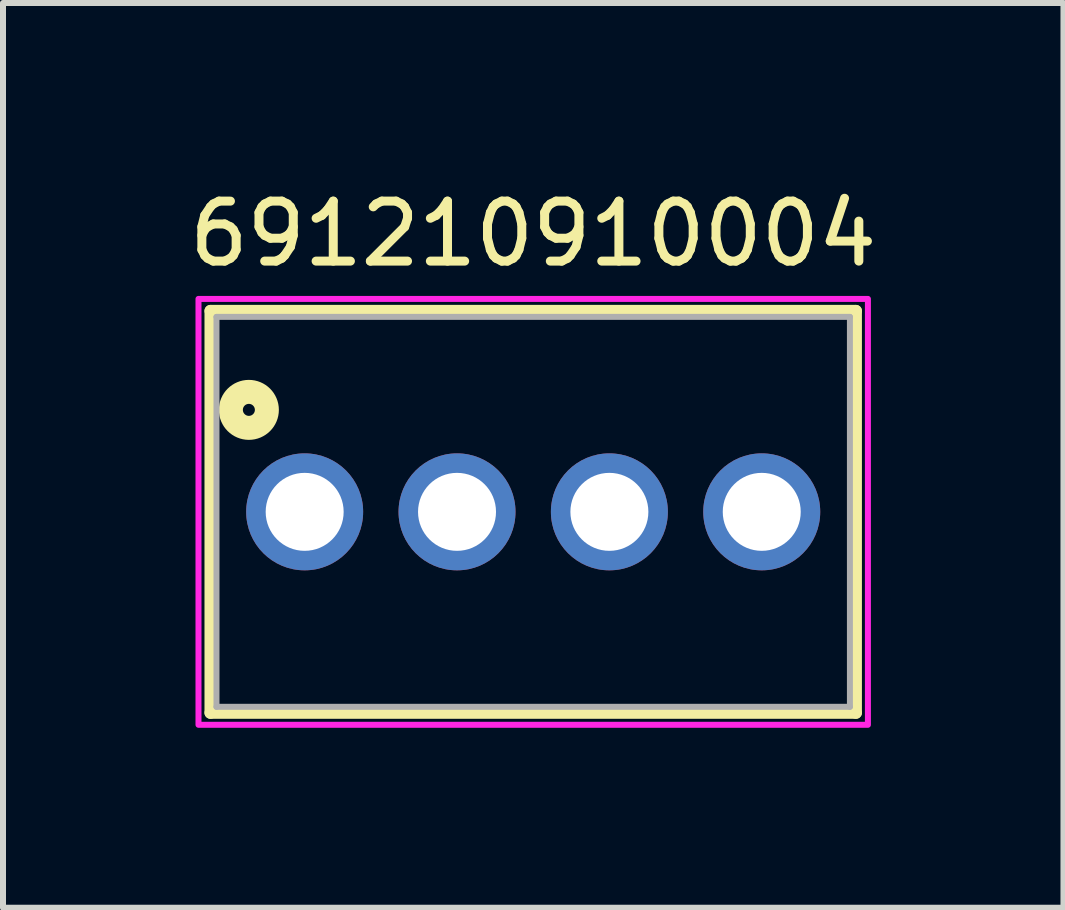
<source format=kicad_pcb>
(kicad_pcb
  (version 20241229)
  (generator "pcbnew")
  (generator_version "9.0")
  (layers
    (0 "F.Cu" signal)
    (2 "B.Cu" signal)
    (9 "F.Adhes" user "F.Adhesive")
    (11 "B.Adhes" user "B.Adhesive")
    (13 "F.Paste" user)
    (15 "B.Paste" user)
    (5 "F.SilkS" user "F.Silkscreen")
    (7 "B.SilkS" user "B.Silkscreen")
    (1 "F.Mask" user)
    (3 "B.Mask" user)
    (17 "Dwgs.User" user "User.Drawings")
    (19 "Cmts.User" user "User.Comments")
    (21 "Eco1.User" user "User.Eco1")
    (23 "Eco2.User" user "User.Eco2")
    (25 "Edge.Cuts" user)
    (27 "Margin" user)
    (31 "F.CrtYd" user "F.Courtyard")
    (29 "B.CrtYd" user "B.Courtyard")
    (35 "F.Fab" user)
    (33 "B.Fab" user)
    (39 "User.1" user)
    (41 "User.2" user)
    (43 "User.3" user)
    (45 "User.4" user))
  (footprint "691210910004"
    (layer "F.Cu")
    (at 5.839 5.483)
    (property "Reference" "691210910004" (at 0 -4.635 0) (layer "F.SilkS") (effects (font (size 1 1) (thickness 0.15))))
    (attr through_hole)
    (fp_line (start -5.38 -3.35) (end 5.38 -3.35) (stroke (width 0.2) (type solid)) (layer "F.SilkS"))
    (fp_line (start -5.38 3.35) (end -5.38 -3.35) (stroke (width 0.2) (type solid)) (layer "F.SilkS"))
    (fp_line (start 5.38 -3.35) (end 5.38 3.35) (stroke (width 0.2) (type solid)) (layer "F.SilkS"))
    (fp_line (start 5.38 3.35) (end -5.38 3.35) (stroke (width 0.2) (type solid)) (layer "F.SilkS"))
    (fp_circle (center -4.74 -1.7) (end -4.64 -1.7) (stroke (width 0.4) (type solid)) (fill no) (layer "F.SilkS"))
    (fp_poly (pts (xy -5.58 -3.55) (xy 5.58 -3.55) (xy 5.58 3.55) (xy -5.58 3.55)) (stroke (width 0.1) (type solid)) (fill no) (layer "F.CrtYd"))
    (fp_line (start -5.28 -3.25) (end -5.28 3.25) (stroke (width 0.1) (type solid)) (layer "F.Fab"))
    (fp_line (start -5.28 3.25) (end 5.28 3.25) (stroke (width 0.1) (type solid)) (layer "F.Fab"))
    (fp_line (start 5.28 -3.25) (end -5.28 -3.25) (stroke (width 0.1) (type solid)) (layer "F.Fab"))
    (fp_line (start 5.28 3.25) (end 5.28 -3.25) (stroke (width 0.1) (type solid)) (layer "F.Fab"))
    (pad "1" thru_hole circle (at -3.81 0) (size 1.95 1.95) (drill 1.3) (layers "*.Cu" "*.Mask"))
    (pad "2" thru_hole circle (at -1.27 0) (size 1.95 1.95) (drill 1.3) (layers "*.Cu" "*.Mask"))
    (pad "3" thru_hole circle (at 1.27 0) (size 1.95 1.95) (drill 1.3) (layers "*.Cu" "*.Mask"))
    (pad "4" thru_hole circle (at 3.81 0) (size 1.95 1.95) (drill 1.3) (layers "*.Cu" "*.Mask")))
  (gr_rect
    (start -3 -3)
    (end 14.679 12.083)
    (stroke (width 0.1) (type default))
    (fill no)
    (layer "Edge.Cuts")))
</source>
